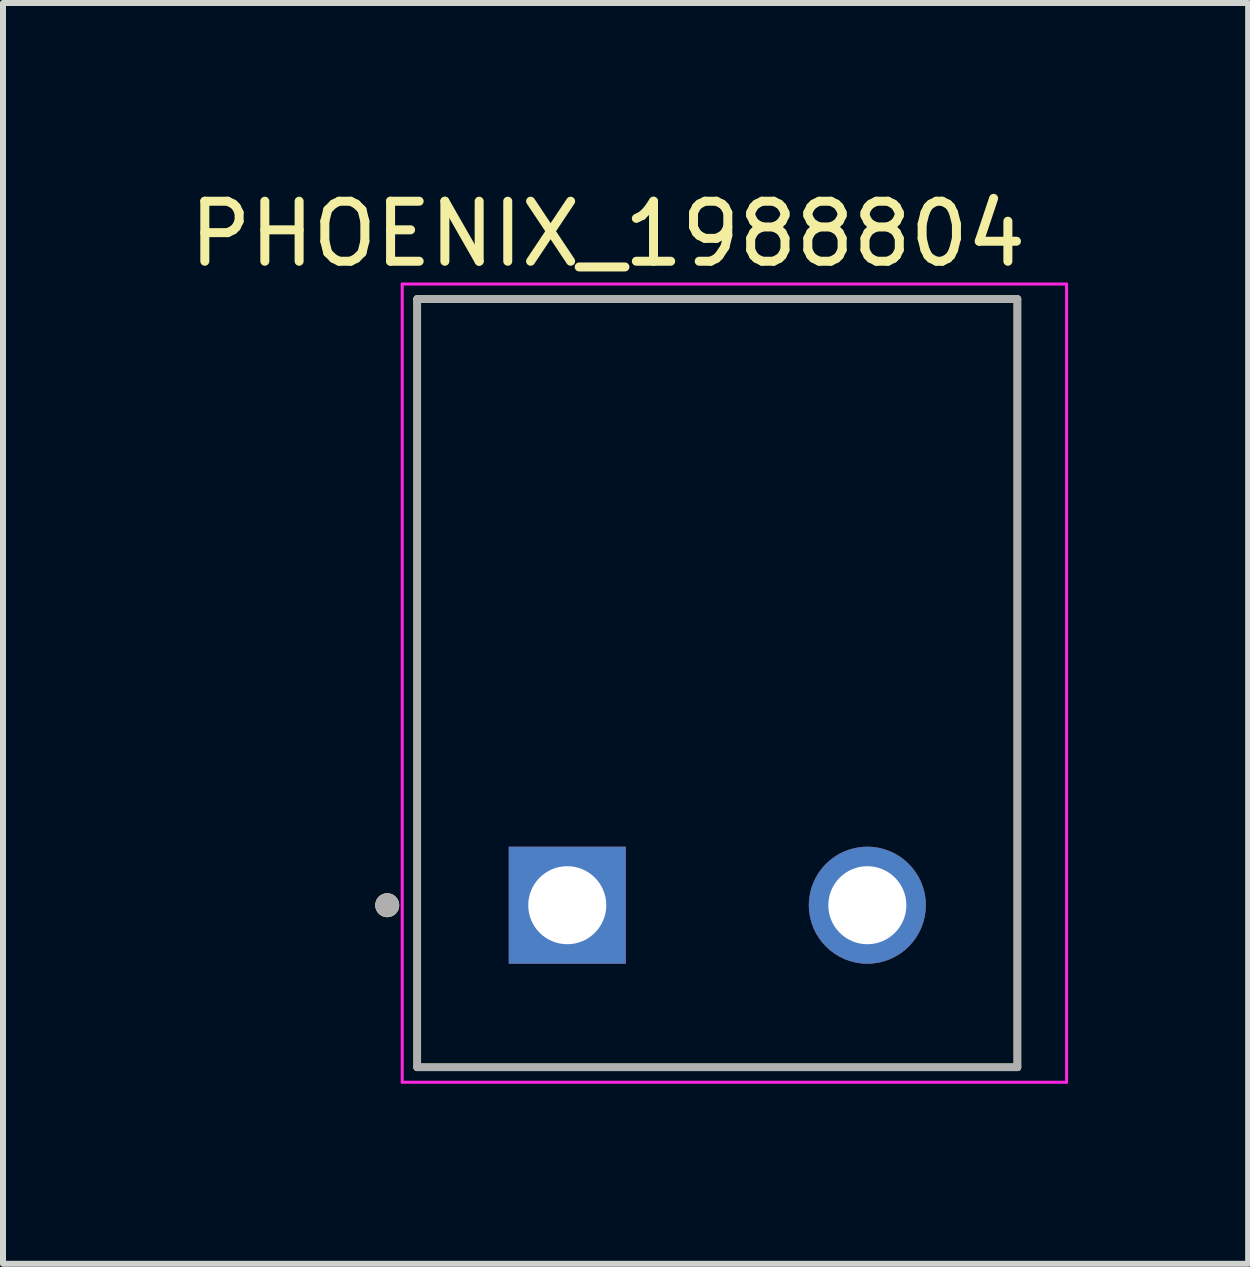
<source format=kicad_pcb>
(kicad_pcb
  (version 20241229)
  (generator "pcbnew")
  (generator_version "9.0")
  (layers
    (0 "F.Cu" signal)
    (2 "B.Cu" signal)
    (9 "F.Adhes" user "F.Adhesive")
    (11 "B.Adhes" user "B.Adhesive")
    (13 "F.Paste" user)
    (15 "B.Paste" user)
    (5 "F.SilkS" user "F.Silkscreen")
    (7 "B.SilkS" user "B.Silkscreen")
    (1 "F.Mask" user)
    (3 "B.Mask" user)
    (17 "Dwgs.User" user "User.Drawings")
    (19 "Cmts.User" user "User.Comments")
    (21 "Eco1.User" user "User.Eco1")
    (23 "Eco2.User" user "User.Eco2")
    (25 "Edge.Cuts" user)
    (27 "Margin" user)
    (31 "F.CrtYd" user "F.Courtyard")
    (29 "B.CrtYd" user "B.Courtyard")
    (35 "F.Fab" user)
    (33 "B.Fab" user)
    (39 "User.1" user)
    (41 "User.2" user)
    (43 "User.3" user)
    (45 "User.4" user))
  (footprint "PHOENIX_1988804"
    (layer "F.Cu")
    (at 3.902 14.733)
    (property "Reference" "PHOENIX_1988804" (at 3.175 -13.885 0) (layer "F.SilkS") (effects (font (size 1 1) (thickness 0.15))))
    (attr through_hole)
    (fp_line (start 0 -12.8) (end 0 0) (stroke (width 0.127) (type solid)) (layer "F.SilkS"))
    (fp_line (start 0 0) (end 10 0) (stroke (width 0.127) (type solid)) (layer "F.SilkS"))
    (fp_line (start 10 -12.8) (end 0 -12.8) (stroke (width 0.127) (type solid)) (layer "F.SilkS"))
    (fp_line (start 10 0) (end 10 -12.8) (stroke (width 0.127) (type solid)) (layer "F.SilkS"))
    (fp_circle (center -0.5 -2.7) (end -0.4 -2.7) (stroke (width 0.2) (type solid)) (fill no) (layer "F.SilkS"))
    (fp_line (start -0.25 -13.05) (end 10.82 -13.05) (stroke (width 0.05) (type solid)) (layer "F.CrtYd"))
    (fp_line (start -0.25 0.25) (end -0.25 -13.05) (stroke (width 0.05) (type solid)) (layer "F.CrtYd"))
    (fp_line (start 10.82 -13.05) (end 10.82 0.25) (stroke (width 0.05) (type solid)) (layer "F.CrtYd"))
    (fp_line (start 10.82 0.25) (end -0.25 0.25) (stroke (width 0.05) (type solid)) (layer "F.CrtYd"))
    (fp_line (start 0 -12.8) (end 0 0) (stroke (width 0.127) (type solid)) (layer "F.Fab"))
    (fp_line (start 0 0) (end 10 0) (stroke (width 0.127) (type solid)) (layer "F.Fab"))
    (fp_line (start 10 -12.8) (end 0 -12.8) (stroke (width 0.127) (type solid)) (layer "F.Fab"))
    (fp_line (start 10 0) (end 10 -12.8) (stroke (width 0.127) (type solid)) (layer "F.Fab"))
    (fp_circle (center -0.5 -2.7) (end -0.4 -2.7) (stroke (width 0.2) (type solid)) (fill no) (layer "F.Fab"))
    (pad "1" thru_hole rect (at 2.5 -2.7) (size 1.95 1.95) (drill 1.3) (layers "*.Cu" "*.Mask"))
    (pad "2" thru_hole circle (at 7.5 -2.7) (size 1.95 1.95) (drill 1.3) (layers "*.Cu" "*.Mask")))
  (gr_rect
    (start -3 -3)
    (end 17.747 18.008)
    (stroke (width 0.1) (type default))
    (fill no)
    (layer "Edge.Cuts")))
</source>
